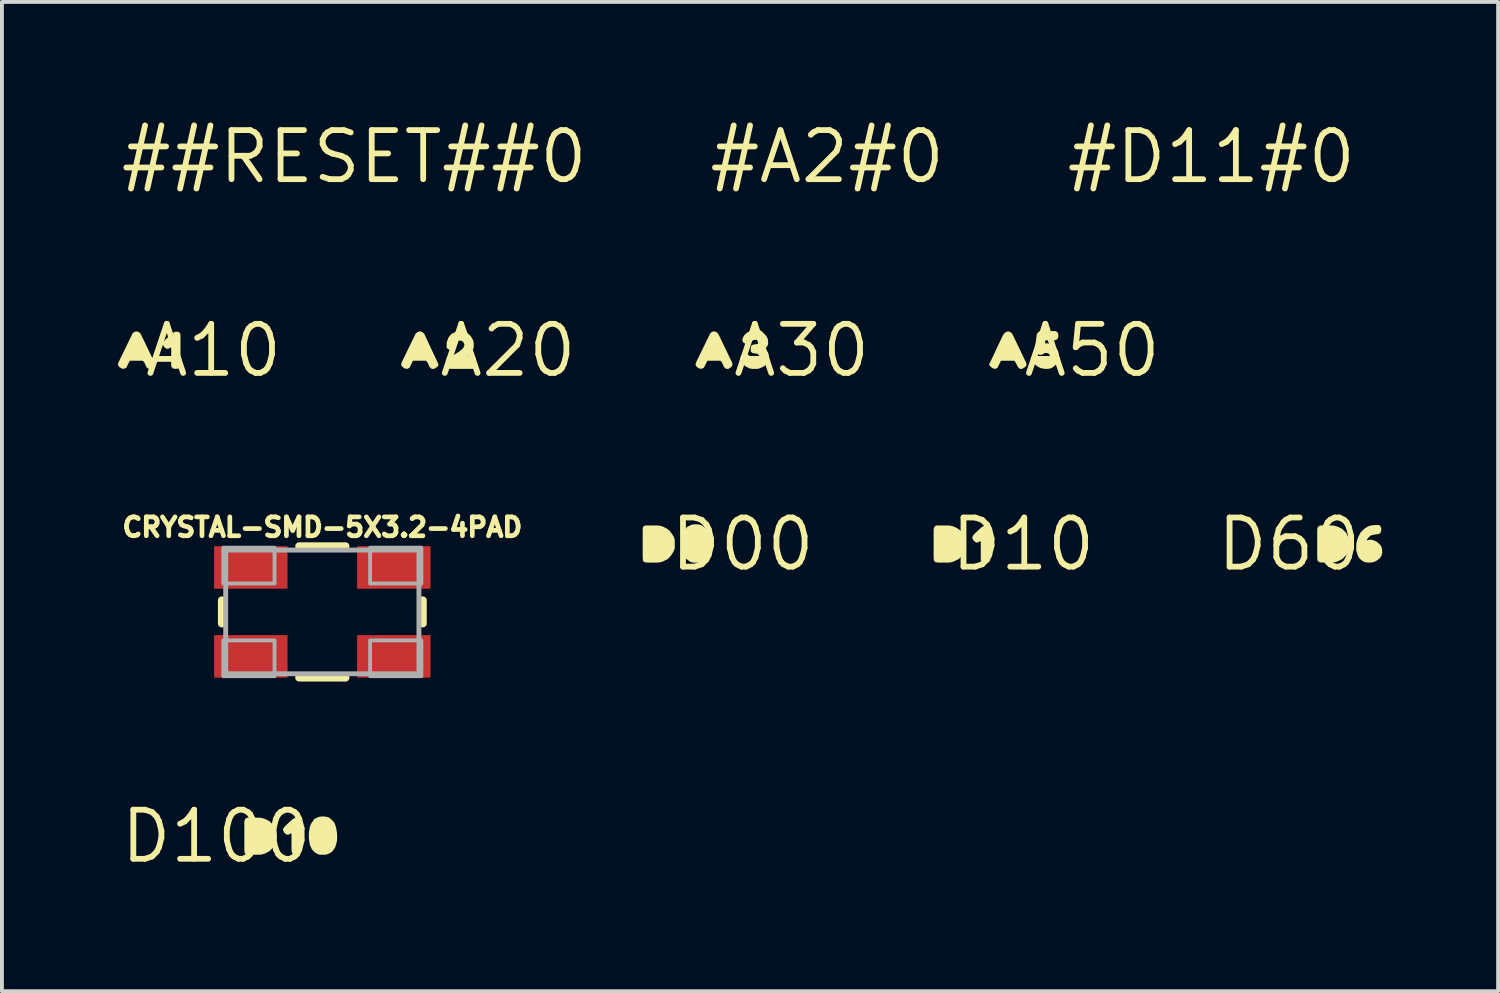
<source format=kicad_pcb>
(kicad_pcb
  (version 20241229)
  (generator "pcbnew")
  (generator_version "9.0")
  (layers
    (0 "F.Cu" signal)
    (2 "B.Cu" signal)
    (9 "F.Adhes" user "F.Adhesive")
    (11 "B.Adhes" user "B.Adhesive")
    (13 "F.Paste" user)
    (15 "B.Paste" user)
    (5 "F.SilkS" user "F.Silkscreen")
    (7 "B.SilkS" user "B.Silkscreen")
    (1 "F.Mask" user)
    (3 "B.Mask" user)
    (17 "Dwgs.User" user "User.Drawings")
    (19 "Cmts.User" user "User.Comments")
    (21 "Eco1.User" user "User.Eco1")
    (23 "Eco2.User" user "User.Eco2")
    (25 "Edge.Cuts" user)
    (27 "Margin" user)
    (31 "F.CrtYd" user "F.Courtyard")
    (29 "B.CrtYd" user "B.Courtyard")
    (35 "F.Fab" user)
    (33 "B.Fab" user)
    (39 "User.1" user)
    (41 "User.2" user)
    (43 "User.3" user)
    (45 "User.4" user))
  (footprint "A30"
    (layer "F.Cu")
    (at 17.69 6.019)
    (property "Reference" "A30" (at 0 0 0) (layer "F.SilkS") (effects (font (size 1.27 1.27) (thickness 0.15))))
    (fp_poly (pts (xy -2.187 -0.464) (xy -2.156 -0.433) (xy -1.795 0.318) (xy -1.785 0.371) (xy -1.816 0.423) (xy -1.888 0.475) (xy -1.952 0.475) (xy -2.004 0.433) (xy -2.064 0.303) (xy -2.102 0.265) (xy -2.437 0.265) (xy -2.496 0.382) (xy -2.526 0.444) (xy -2.589 0.475) (xy -2.652 0.465) (xy -2.724 0.413) (xy -2.745 0.36) (xy -2.725 0.298) (xy -2.394 -0.382) (xy -2.364 -0.443) (xy -2.312 -0.485) (xy -2.239 -0.495)) (stroke (width 0) (type default)) (fill yes) (layer "F.SilkS"))
    (fp_poly (pts (xy -0.946 -0.413) (xy -0.906 -0.363) (xy -0.875 -0.302) (xy -0.865 -0.23) (xy -0.865 -0.159) (xy -0.896 -0.097) (xy -0.935 -0.058) (xy -0.935 -0.022) (xy -0.886 0.027) (xy -0.855 0.088) (xy -0.845 0.15) (xy -0.845 0.221) (xy -0.865 0.282) (xy -0.906 0.343) (xy -0.947 0.394) (xy -1.068 0.455) (xy -1.129 0.475) (xy -1.28 0.475) (xy -1.342 0.465) (xy -1.463 0.404) (xy -1.504 0.353) (xy -1.545 0.292) (xy -1.565 0.231) (xy -1.575 0.159) (xy -1.543 0.116) (xy -1.47 0.095) (xy -1.388 0.105) (xy -1.346 0.137) (xy -1.316 0.206) (xy -1.258 0.235) (xy -1.19 0.245) (xy -1.132 0.226) (xy -1.085 0.188) (xy -1.095 0.132) (xy -1.142 0.085) (xy -1.211 0.075) (xy -1.272 0.065) (xy -1.315 0.022) (xy -1.315 -0.071) (xy -1.294 -0.134) (xy -1.241 -0.155) (xy -1.161 -0.165) (xy -1.114 -0.184) (xy -1.105 -0.238) (xy -1.162 -0.275) (xy -1.229 -0.275) (xy -1.287 -0.246) (xy -1.326 -0.196) (xy -1.379 -0.155) (xy -1.442 -0.165) (xy -1.504 -0.206) (xy -1.535 -0.259) (xy -1.525 -0.311) (xy -1.494 -0.383) (xy -1.443 -0.434) (xy -1.392 -0.475) (xy -1.321 -0.495) (xy -1.251 -0.515) (xy -1.048 -0.515)) (stroke (width 0) (type default)) (fill yes) (layer "F.SilkS")))
  (footprint "#A2#0"
    (layer "F.Cu")
    (at 18.353 1.006)
    (property "Reference" "#A2#0" (at 0 0 0) (layer "F.SilkS") (effects (font (size 1.27 1.27) (thickness 0.15))))
    (fp_poly (pts (xy 1.142 0.066) (xy 1.14 0.07) (xy 1.14 0.065) (xy 1.141 0.065)) (stroke (width 0) (type default)) (fill yes) (layer "F.SilkS")))
  (footprint "D100"
    (layer "F.Cu")
    (at 2.547 18.591)
    (property "Reference" "D100" (at 0 0 0) (layer "F.SilkS") (effects (font (size 1.27 1.27) (thickness 0.15))))
    (fp_poly (pts (xy 2.175 -0.453) (xy 2.185 -0.39) (xy 2.185 0.422) (xy 2.142 0.465) (xy 2.06 0.475) (xy 1.987 0.465) (xy 1.955 0.412) (xy 1.945 0.35) (xy 1.945 -0.059) (xy 1.937 -0.083) (xy 1.871 -0.045) (xy 1.818 -0.045) (xy 1.756 -0.097) (xy 1.725 -0.159) (xy 1.735 -0.212) (xy 1.786 -0.273) (xy 1.937 -0.414) (xy 1.987 -0.454) (xy 2.049 -0.485) (xy 2.121 -0.485)) (stroke (width 0) (type default)) (fill yes) (layer "F.SilkS"))
    (fp_poly (pts (xy 1.181 -0.475) (xy 1.252 -0.455) (xy 1.373 -0.394) (xy 1.424 -0.344) (xy 1.474 -0.293) (xy 1.504 -0.232) (xy 1.535 -0.182) (xy 1.555 -0.111) (xy 1.565 -0.04) (xy 1.565 0.03) (xy 1.555 0.101) (xy 1.535 0.162) (xy 1.474 0.283) (xy 1.424 0.334) (xy 1.373 0.384) (xy 1.312 0.414) (xy 1.258 0.447) (xy 1.256 0.443) (xy 1.191 0.465) (xy 1.12 0.475) (xy 0.85 0.475) (xy 0.778 0.465) (xy 0.735 0.433) (xy 0.725 0.36) (xy 0.725 -0.391) (xy 0.746 -0.453) (xy 0.799 -0.485) (xy 1.12 -0.485)) (stroke (width 0) (type default)) (fill yes) (layer "F.SilkS"))
    (fp_poly (pts (xy 2.861 -0.505) (xy 2.922 -0.484) (xy 2.983 -0.434) (xy 3.024 -0.393) (xy 3.065 -0.332) (xy 3.085 -0.271) (xy 3.104 -0.206) (xy 3.104 -0.206) (xy 3.105 -0.201) (xy 3.106 -0.196) (xy 3.106 -0.196) (xy 3.115 -0.131) (xy 3.125 -0.07) (xy 3.125 0.08) (xy 3.115 0.151) (xy 3.095 0.221) (xy 3.075 0.282) (xy 3.044 0.333) (xy 3.004 0.384) (xy 2.953 0.424) (xy 2.892 0.455) (xy 2.821 0.475) (xy 2.679 0.475) (xy 2.618 0.455) (xy 2.547 0.414) (xy 2.506 0.373) (xy 2.466 0.323) (xy 2.435 0.252) (xy 2.415 0.191) (xy 2.405 0.131) (xy 2.395 0.06) (xy 2.395 -0.09) (xy 2.405 -0.161) (xy 2.415 -0.221) (xy 2.435 -0.292) (xy 2.466 -0.353) (xy 2.506 -0.403) (xy 2.526 -0.444) (xy 2.588 -0.474) (xy 2.648 -0.505) (xy 2.72 -0.515) (xy 2.79 -0.515)) (stroke (width 0) (type default)) (fill yes) (layer "F.SilkS")))
  (footprint "D00"
    (layer "F.Cu")
    (at 16.164 11.031)
    (property "Reference" "D00" (at 0 0 0) (layer "F.SilkS") (effects (font (size 1.27 1.27) (thickness 0.15))))
    (fp_poly (pts (xy -2.129 -0.475) (xy -2.058 -0.455) (xy -1.998 -0.424) (xy -1.947 -0.394) (xy -1.886 -0.344) (xy -1.846 -0.293) (xy -1.806 -0.233) (xy -1.775 -0.182) (xy -1.755 -0.111) (xy -1.755 0.101) (xy -1.775 0.162) (xy -1.806 0.223) (xy -1.846 0.283) (xy -1.886 0.333) (xy -1.937 0.384) (xy -2.054 0.443) (xy -2.054 0.443) (xy -2.058 0.445) (xy -2.063 0.447) (xy -2.063 0.446) (xy -2.119 0.465) (xy -2.19 0.475) (xy -2.46 0.475) (xy -2.542 0.465) (xy -2.575 0.432) (xy -2.585 0.36) (xy -2.585 -0.39) (xy -2.575 -0.453) (xy -2.521 -0.485) (xy -2.19 -0.485)) (stroke (width 0) (type default)) (fill yes) (layer "F.SilkS"))
    (fp_poly (pts (xy -1.109 -0.505) (xy -1.048 -0.484) (xy -0.987 -0.434) (xy -0.946 -0.393) (xy -0.905 -0.332) (xy -0.885 -0.271) (xy -0.864 -0.196) (xy -0.864 -0.196) (xy -0.845 -0.131) (xy -0.845 0.08) (xy -0.855 0.151) (xy -0.875 0.221) (xy -0.895 0.282) (xy -0.926 0.333) (xy -0.966 0.384) (xy -1.017 0.424) (xy -1.078 0.455) (xy -1.149 0.475) (xy -1.291 0.475) (xy -1.352 0.455) (xy -1.413 0.414) (xy -1.464 0.374) (xy -1.504 0.323) (xy -1.535 0.252) (xy -1.555 0.191) (xy -1.565 0.131) (xy -1.575 0.06) (xy -1.575 -0.09) (xy -1.565 -0.161) (xy -1.555 -0.221) (xy -1.525 -0.292) (xy -1.504 -0.352) (xy -1.464 -0.403) (xy -1.444 -0.444) (xy -1.382 -0.474) (xy -1.322 -0.505) (xy -1.25 -0.515) (xy -1.18 -0.515)) (stroke (width 0) (type default)) (fill yes) (layer "F.SilkS")))
  (footprint "#D11#0"
    (layer "F.Cu")
    (at 28.292 1.006)
    (property "Reference" "#D11#0" (at 0 0 0) (layer "F.SilkS") (effects (font (size 1.27 1.27) (thickness 0.15))))
    (fp_poly (pts (xy -2.679 0.235) (xy -2.68 0.24) (xy -2.68 0.235) (xy -2.68 0.235)) (stroke (width 0) (type default)) (fill yes) (layer "F.SilkS")))
  (footprint "A50"
    (layer "F.Cu")
    (at 25.207 6.019)
    (property "Reference" "A50" (at 0 0 0) (layer "F.SilkS") (effects (font (size 1.27 1.27) (thickness 0.15))))
    (fp_poly (pts (xy -2.097 -0.464) (xy -2.066 -0.433) (xy -1.705 0.318) (xy -1.695 0.371) (xy -1.726 0.424) (xy -1.809 0.475) (xy -1.872 0.475) (xy -1.914 0.433) (xy -1.984 0.303) (xy -2.013 0.265) (xy -2.357 0.265) (xy -2.446 0.444) (xy -2.499 0.475) (xy -2.562 0.465) (xy -2.634 0.413) (xy -2.666 0.36) (xy -2.634 0.298) (xy -2.314 -0.382) (xy -2.274 -0.443) (xy -2.222 -0.485) (xy -2.149 -0.495)) (stroke (width 0) (type default)) (fill yes) (layer "F.SilkS"))
    (fp_poly (pts (xy -0.907 -0.484) (xy -0.875 -0.431) (xy -0.875 -0.339) (xy -0.907 -0.286) (xy -0.969 -0.265) (xy -1.179 -0.265) (xy -1.215 -0.256) (xy -1.215 -0.185) (xy -1.149 -0.185) (xy -1.088 -0.165) (xy -1.028 -0.145) (xy -0.967 -0.104) (xy -0.916 -0.043) (xy -0.885 0.008) (xy -0.865 0.079) (xy -0.855 0.14) (xy -0.865 0.211) (xy -0.885 0.282) (xy -0.916 0.343) (xy -0.967 0.394) (xy -1.017 0.434) (xy -1.078 0.465) (xy -1.15 0.475) (xy -1.22 0.475) (xy -1.291 0.465) (xy -1.352 0.445) (xy -1.413 0.414) (xy -1.474 0.363) (xy -1.505 0.311) (xy -1.484 0.247) (xy -1.423 0.186) (xy -1.37 0.165) (xy -1.308 0.186) (xy -1.258 0.225) (xy -1.181 0.235) (xy -1.124 0.216) (xy -1.095 0.159) (xy -1.105 0.093) (xy -1.161 0.065) (xy -1.228 0.065) (xy -1.288 0.105) (xy -1.351 0.115) (xy -1.413 0.084) (xy -1.474 0.043) (xy -1.485 0.000299) (xy -1.435 -0.391) (xy -1.425 -0.432) (xy -1.383 -0.484) (xy -1.311 -0.505) (xy -0.969 -0.505)) (stroke (width 0) (type default)) (fill yes) (layer "F.SilkS")))
  (footprint "A20"
    (layer "F.Cu")
    (at 10.092 6.019)
    (property "Reference" "A20" (at 0 0 0) (layer "F.SilkS") (effects (font (size 1.27 1.27) (thickness 0.15))))
    (fp_poly (pts (xy -2.197 -0.464) (xy -2.166 -0.433) (xy -1.815 0.318) (xy -1.794 0.37) (xy -1.826 0.424) (xy -1.909 0.475) (xy -1.972 0.475) (xy -2.024 0.433) (xy -2.084 0.303) (xy -2.122 0.265) (xy -2.457 0.265) (xy -2.546 0.444) (xy -2.599 0.475) (xy -2.672 0.465) (xy -2.744 0.413) (xy -2.765 0.36) (xy -2.745 0.298) (xy -2.414 -0.382) (xy -2.384 -0.443) (xy -2.322 -0.485) (xy -2.259 -0.495)) (stroke (width 0) (type default)) (fill yes) (layer "F.SilkS"))
    (fp_poly (pts (xy -1.118 -0.485) (xy -1.057 -0.454) (xy -1.007 -0.414) (xy -0.956 -0.363) (xy -0.926 -0.312) (xy -0.895 -0.252) (xy -0.885 -0.18) (xy -0.885 -0.11) (xy -0.895 -0.049) (xy -0.915 0.022) (xy -0.956 0.073) (xy -1.007 0.124) (xy -1.067 0.174) (xy -1.118 0.204) (xy -1.169 0.23) (xy -1.159 0.235) (xy -0.96 0.235) (xy -0.887 0.245) (xy -0.845 0.298) (xy -0.845 0.37) (xy -0.855 0.433) (xy -0.908 0.475) (xy -1.512 0.475) (xy -1.564 0.423) (xy -1.585 0.361) (xy -1.585 0.298) (xy -1.544 0.237) (xy -1.504 0.186) (xy -1.453 0.146) (xy -1.273 0.036) (xy -1.223 -0.004) (xy -1.174 -0.043) (xy -1.135 -0.102) (xy -1.125 -0.159) (xy -1.154 -0.217) (xy -1.202 -0.255) (xy -1.268 -0.255) (xy -1.326 -0.217) (xy -1.345 -0.159) (xy -1.355 -0.099) (xy -1.376 -0.046) (xy -1.449 -0.025) (xy -1.532 -0.025) (xy -1.585 -0.068) (xy -1.585 -0.201) (xy -1.565 -0.262) (xy -1.545 -0.322) (xy -1.504 -0.383) (xy -1.453 -0.434) (xy -1.392 -0.465) (xy -1.331 -0.485) (xy -1.26 -0.495) (xy -1.19 -0.495)) (stroke (width 0) (type default)) (fill yes) (layer "F.SilkS")))
  (footprint "##RESET##0"
    (layer "F.Cu")
    (at 6.115 1.006)
    (property "Reference" "##RESET##0" (at 0 0 0) (layer "F.SilkS") (effects (font (size 1.27 1.27) (thickness 0.15))))
    (fp_poly (pts (xy 0.975 0.109) (xy 0.97 0.11) (xy 0.97 0.105) (xy 0.974 0.105)) (stroke (width 0) (type default)) (fill yes) (layer "F.SilkS")))
  (footprint "CRYSTAL-SMD-5X3.2-4PAD"
    (layer "F.Cu")
    (at 5.29 12.783)
    (property "Reference" "CRYSTAL-SMD-5X3.2-4PAD" (at 0 -1.905 0) (layer "F.SilkS") (effects (font (size 0.488 0.488) (thickness 0.122)) (justify bottom)))
    (fp_line (start -2.6 -0.3) (end -2.6 0.3) (stroke (width 0.203) (type solid)) (layer "F.SilkS"))
    (fp_line (start -0.6 -1.7) (end 0.6 -1.7) (stroke (width 0.203) (type solid)) (layer "F.SilkS"))
    (fp_line (start 0.6 1.7) (end -0.6 1.7) (stroke (width 0.203) (type solid)) (layer "F.SilkS"))
    (fp_line (start 2.6 -0.3) (end 2.6 0.3) (stroke (width 0.203) (type solid)) (layer "F.SilkS"))
    (fp_line (start -2.5 -1.6) (end -2.5 1.6) (stroke (width 0.127) (type solid)) (layer "F.Fab"))
    (fp_line (start -2.5 1.6) (end 2.5 1.6) (stroke (width 0.127) (type solid)) (layer "F.Fab"))
    (fp_line (start 2.5 -1.6) (end -2.5 -1.6) (stroke (width 0.127) (type solid)) (layer "F.Fab"))
    (fp_line (start 2.5 1.6) (end 2.5 -1.6) (stroke (width 0.127) (type solid)) (layer "F.Fab"))
    (fp_poly (pts (xy -1.236 -0.737) (xy -2.563 -0.737) (xy -2.563 -1.663) (xy -1.236 -1.663)) (stroke (width 0.1) (type default)) (fill no) (layer "F.Fab"))
    (fp_poly (pts (xy -1.236 1.663) (xy -2.563 1.663) (xy -2.563 0.737) (xy -1.236 0.737)) (stroke (width 0.1) (type default)) (fill no) (layer "F.Fab"))
    (fp_poly (pts (xy 2.563 -0.737) (xy 1.236 -0.737) (xy 1.236 -1.663) (xy 2.563 -1.663)) (stroke (width 0.1) (type default)) (fill no) (layer "F.Fab"))
    (fp_poly (pts (xy 2.563 1.663) (xy 1.236 1.663) (xy 1.236 0.737) (xy 2.563 0.737)) (stroke (width 0.1) (type default)) (fill no) (layer "F.Fab"))
    (pad "1" smd rect (at -1.85 1.15) (size 1.9 1.1) (layers "F.Cu" "F.Mask" "F.Paste"))
    (pad "2" smd rect (at 1.85 1.15) (size 1.9 1.1) (layers "F.Cu" "F.Mask" "F.Paste"))
    (pad "3" smd rect (at 1.85 -1.15) (size 1.9 1.1) (layers "F.Cu" "F.Mask" "F.Paste"))
    (pad "4" smd rect (at -1.85 -1.15) (size 1.9 1.1) (layers "F.Cu" "F.Mask" "F.Paste")))
  (footprint "D10"
    (layer "F.Cu")
    (at 23.422 11.031)
    (property "Reference" "D10" (at 0 0 0) (layer "F.SilkS") (effects (font (size 1.27 1.27) (thickness 0.15))))
    (fp_poly (pts (xy -0.865 -0.453) (xy -0.855 -0.39) (xy -0.855 0.422) (xy -0.898 0.465) (xy -0.98 0.475) (xy -1.053 0.465) (xy -1.095 0.412) (xy -1.095 -0.058) (xy -1.111 -0.083) (xy -1.168 -0.045) (xy -1.222 -0.045) (xy -1.284 -0.097) (xy -1.315 -0.159) (xy -1.305 -0.212) (xy -1.254 -0.273) (xy -1.103 -0.414) (xy -1.053 -0.454) (xy -0.991 -0.485) (xy -0.919 -0.485)) (stroke (width 0) (type default)) (fill yes) (layer "F.SilkS"))
    (fp_poly (pts (xy -1.859 -0.475) (xy -1.788 -0.455) (xy -1.728 -0.424) (xy -1.677 -0.394) (xy -1.616 -0.344) (xy -1.576 -0.293) (xy -1.536 -0.233) (xy -1.505 -0.182) (xy -1.485 -0.111) (xy -1.475 -0.04) (xy -1.475 0.03) (xy -1.485 0.101) (xy -1.505 0.162) (xy -1.566 0.283) (xy -1.616 0.334) (xy -1.667 0.384) (xy -1.784 0.443) (xy -1.784 0.443) (xy -1.788 0.445) (xy -1.793 0.447) (xy -1.793 0.446) (xy -1.849 0.465) (xy -1.92 0.475) (xy -2.19 0.475) (xy -2.272 0.465) (xy -2.305 0.432) (xy -2.315 0.36) (xy -2.315 -0.391) (xy -2.294 -0.453) (xy -2.252 -0.485) (xy -1.92 -0.485)) (stroke (width 0) (type default)) (fill yes) (layer "F.SilkS")))
  (footprint "A10"
    (layer "F.Cu")
    (at 2.475 6.019)
    (property "Reference" "A10" (at 0 0 0) (layer "F.SilkS") (effects (font (size 1.27 1.27) (thickness 0.15))))
    (fp_poly (pts (xy -0.865 -0.453) (xy -0.855 -0.39) (xy -0.855 0.422) (xy -0.898 0.465) (xy -0.98 0.475) (xy -1.053 0.465) (xy -1.095 0.412) (xy -1.095 -0.058) (xy -1.111 -0.083) (xy -1.168 -0.045) (xy -1.222 -0.045) (xy -1.284 -0.097) (xy -1.315 -0.159) (xy -1.305 -0.212) (xy -1.254 -0.273) (xy -1.103 -0.414) (xy -1.053 -0.454) (xy -0.991 -0.485) (xy -0.919 -0.485)) (stroke (width 0) (type default)) (fill yes) (layer "F.SilkS"))
    (fp_poly (pts (xy -1.917 -0.464) (xy -1.886 -0.433) (xy -1.525 0.318) (xy -1.515 0.371) (xy -1.546 0.423) (xy -1.618 0.475) (xy -1.682 0.475) (xy -1.734 0.433) (xy -1.794 0.303) (xy -1.832 0.265) (xy -2.167 0.265) (xy -2.226 0.382) (xy -2.256 0.444) (xy -2.319 0.475) (xy -2.382 0.465) (xy -2.454 0.413) (xy -2.475 0.36) (xy -2.455 0.298) (xy -2.124 -0.382) (xy -2.094 -0.443) (xy -2.042 -0.485) (xy -1.969 -0.495)) (stroke (width 0) (type default)) (fill yes) (layer "F.SilkS")))
  (footprint "D60"
    (layer "F.Cu")
    (at 30.307 11.031)
    (property "Reference" "D60" (at 0 0 0) (layer "F.SilkS") (effects (font (size 1.27 1.27) (thickness 0.15))))
    (fp_poly (pts (xy 1.181 -0.475) (xy 1.252 -0.455) (xy 1.373 -0.394) (xy 1.424 -0.344) (xy 1.474 -0.293) (xy 1.504 -0.232) (xy 1.535 -0.182) (xy 1.555 -0.111) (xy 1.565 -0.04) (xy 1.565 0.03) (xy 1.555 0.101) (xy 1.535 0.162) (xy 1.474 0.283) (xy 1.424 0.334) (xy 1.373 0.384) (xy 1.312 0.414) (xy 1.258 0.447) (xy 1.256 0.443) (xy 1.191 0.465) (xy 1.12 0.475) (xy 0.85 0.475) (xy 0.778 0.465) (xy 0.735 0.433) (xy 0.725 0.36) (xy 0.725 -0.391) (xy 0.746 -0.453) (xy 0.799 -0.485) (xy 1.12 -0.485)) (stroke (width 0) (type default)) (fill yes) (layer "F.SilkS"))
    (fp_poly (pts (xy 2.375 -0.442) (xy 2.385 -0.37) (xy 2.364 -0.297) (xy 2.322 -0.265) (xy 2.251 -0.255) (xy 2.181 -0.245) (xy 2.112 -0.225) (xy 2.064 -0.186) (xy 2.015 -0.128) (xy 2.007 -0.097) (xy 2.069 -0.115) (xy 2.131 -0.115) (xy 2.202 -0.095) (xy 2.263 -0.064) (xy 2.313 -0.024) (xy 2.364 0.027) (xy 2.395 0.088) (xy 2.405 0.15) (xy 2.405 0.241) (xy 2.385 0.302) (xy 2.344 0.363) (xy 2.293 0.404) (xy 2.232 0.445) (xy 2.171 0.465) (xy 2.1 0.475) (xy 2.03 0.475) (xy 1.958 0.465) (xy 1.897 0.434) (xy 1.847 0.394) (xy 1.806 0.353) (xy 1.775 0.292) (xy 1.755 0.231) (xy 1.735 0.161) (xy 1.735 0.01) (xy 1.745 -0.061) (xy 1.765 -0.122) (xy 1.785 -0.182) (xy 1.846 -0.303) (xy 1.896 -0.354) (xy 1.937 -0.394) (xy 1.997 -0.434) (xy 2.048 -0.465) (xy 2.119 -0.485) (xy 2.19 -0.495) (xy 2.332 -0.495)) (stroke (width 0) (type default)) (fill yes) (layer "F.SilkS")))
  (gr_rect
    (start -3 -3)
    (end 35.712 22.597)
    (stroke (width 0.1) (type default))
    (fill no)
    (layer "Edge.Cuts")))
</source>
